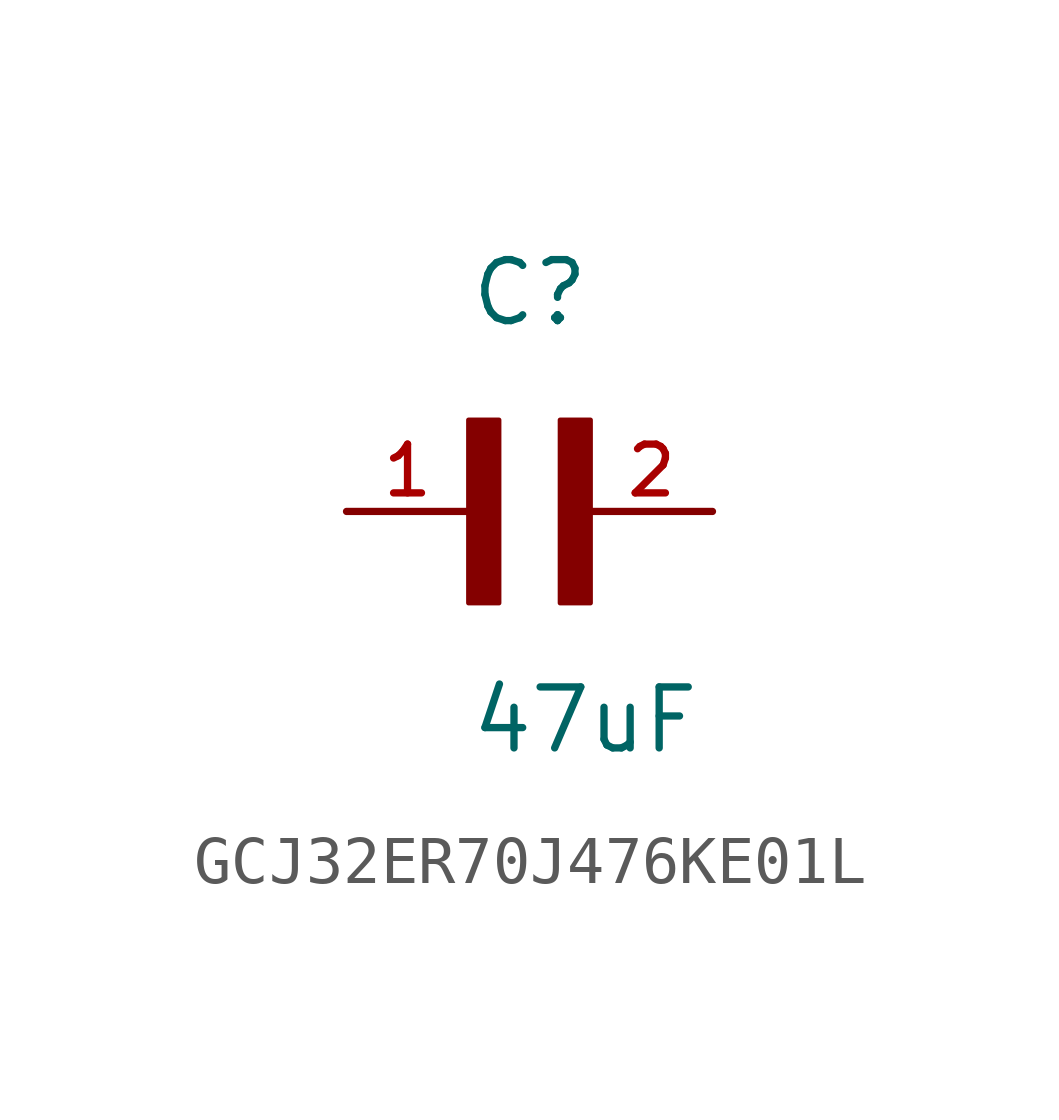
<source format=kicad_sym>
(kicad_symbol_lib
  (version 20241209)
  (generator "kicad_symbol_editor")
  (generator_version "9.0")
  (symbol "GCJ32ER70J476KE01L"
    (pin_names
      (offset 1.016))
    (property "Reference" "C"
      (at 0 3.811 0)
      (effects (font (size 1.27 1.27)) (justify left bottom)))
    (property "Value" "47uF"
      (at 0 -5.088 0)
      (effects (font (size 1.27 1.27)) (justify left bottom)))
    (symbol "GCJ32ER70J476KE01L_0_0"
      (rectangle (start 0 -1.907) (end 0.635 1.905) (stroke (width 0.1) (type default)) (fill (type outline)))
      (rectangle (start 1.907 -1.907) (end 2.54 1.905) (stroke (width 0.1) (type default)) (fill (type outline)))
      (pin passive line (at -2.54 0 0) (length 2.54) (name "~" (effects (font (size 1.016 1.016)))) (number "1" (effects (font (size 1.016 1.016)))))
      (pin passive line (at 5.08 0 180) (length 2.54) (name "~" (effects (font (size 1.016 1.016)))) (number "2" (effects (font (size 1.016 1.016))))))))
</source>
